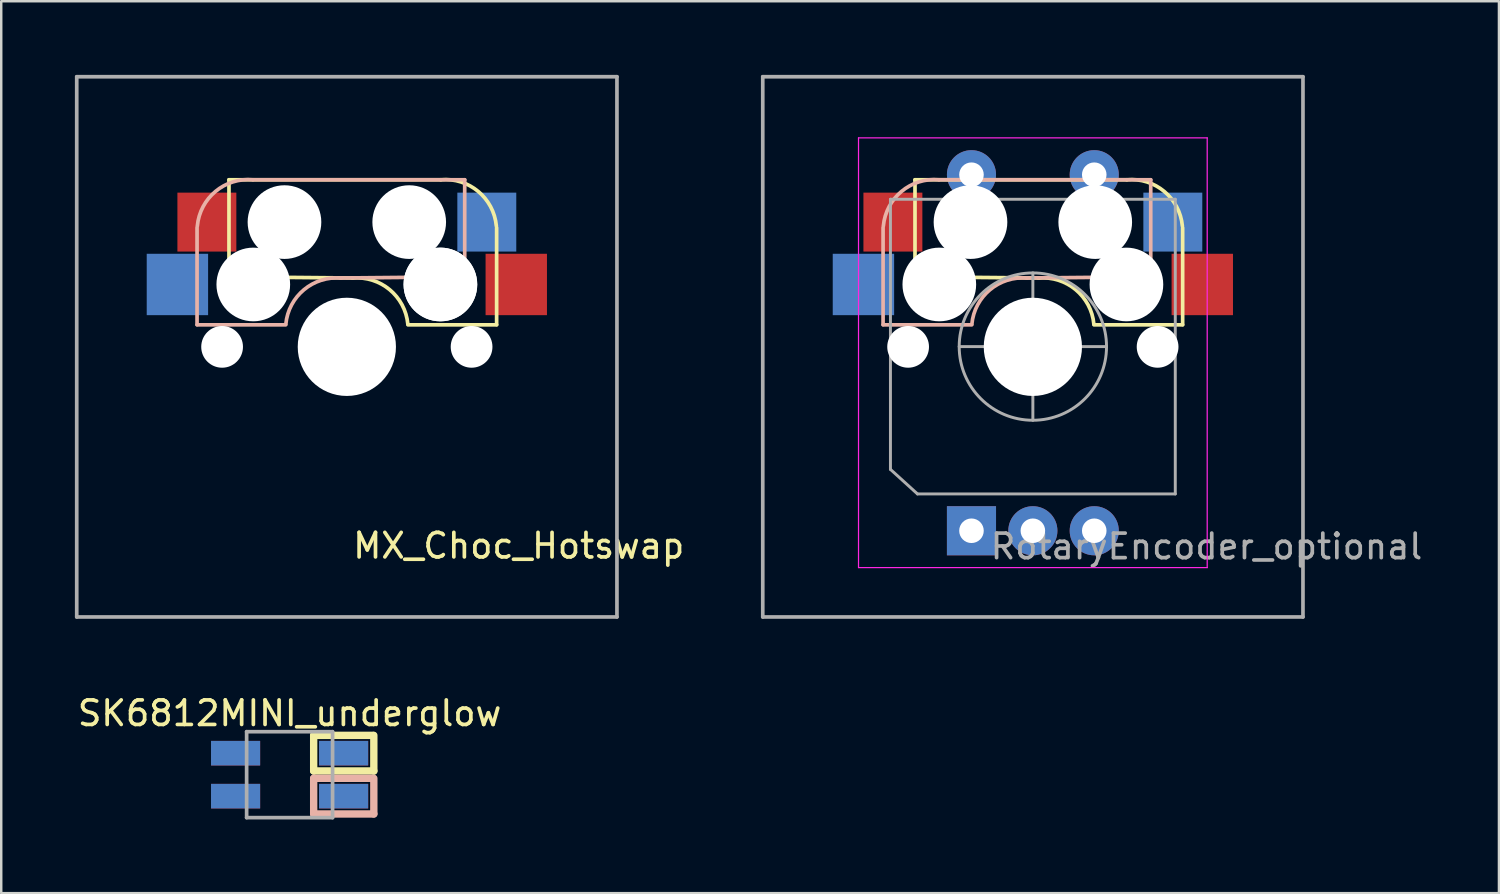
<source format=kicad_pcb>
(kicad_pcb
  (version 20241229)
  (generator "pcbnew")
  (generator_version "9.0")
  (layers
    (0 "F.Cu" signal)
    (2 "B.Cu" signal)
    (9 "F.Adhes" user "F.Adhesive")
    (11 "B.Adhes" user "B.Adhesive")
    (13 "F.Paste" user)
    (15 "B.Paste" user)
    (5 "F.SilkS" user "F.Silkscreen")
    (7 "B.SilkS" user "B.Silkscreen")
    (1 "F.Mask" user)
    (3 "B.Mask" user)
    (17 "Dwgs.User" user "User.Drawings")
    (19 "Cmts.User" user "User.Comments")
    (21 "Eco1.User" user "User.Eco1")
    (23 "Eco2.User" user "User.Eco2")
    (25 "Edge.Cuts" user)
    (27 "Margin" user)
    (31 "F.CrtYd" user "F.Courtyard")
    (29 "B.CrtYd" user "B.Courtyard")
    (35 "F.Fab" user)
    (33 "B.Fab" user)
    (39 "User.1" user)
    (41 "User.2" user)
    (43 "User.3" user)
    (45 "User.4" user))
  (footprint "RotaryEncoder_optional"
    (layer "F.Cu")
    (at 38.993 11.065)
    (property "Reference" "RotaryEncoder_optional" (at 7.09 8.14 180) (layer "F.Fab") (effects (font (size 1 1) (thickness 0.15))))
    (attr through_hole)
    (fp_line (start -4.78 -6.794) (end 3.845 -6.794) (stroke (width 0.15) (type solid)) (layer "F.SilkS"))
    (fp_line (start -4.78 -2.886) (end -4.78 -6.794) (stroke (width 0.15) (type solid)) (layer "F.SilkS"))
    (fp_line (start -4.78 -2.84) (end 0.27 -2.794) (stroke (width 0.15) (type solid)) (layer "F.SilkS"))
    (fp_line (start 6.12 -4.84) (end 6.12 -0.895) (stroke (width 0.15) (type solid)) (layer "F.SilkS"))
    (fp_line (start 6.12 -0.886) (end 2.51 -0.886) (stroke (width 0.15) (type solid)) (layer "F.SilkS"))
    (fp_arc (start 0.245 -2.79) (mid 1.764361 -2.318062) (end 2.505001 -0.910001) (stroke (width 0.15) (type solid)) (layer "F.SilkS"))
    (fp_arc (start 3.845 -6.794) (mid 5.367189 -6.32089) (end 6.109 -4.91) (stroke (width 0.15) (type solid)) (layer "F.SilkS"))
    (fp_line (start -6.08 -4.84) (end -6.08 -0.895) (stroke (width 0.15) (type solid)) (layer "B.SilkS"))
    (fp_line (start -6.08 -0.886) (end -2.47 -0.886) (stroke (width 0.15) (type solid)) (layer "B.SilkS"))
    (fp_line (start 4.82 -6.794) (end -3.805 -6.794) (stroke (width 0.15) (type solid)) (layer "B.SilkS"))
    (fp_line (start 4.82 -2.886) (end 4.82 -6.794) (stroke (width 0.15) (type solid)) (layer "B.SilkS"))
    (fp_line (start 4.82 -2.84) (end -0.23 -2.794) (stroke (width 0.15) (type solid)) (layer "B.SilkS"))
    (fp_arc (start -6.069 -4.91) (mid -5.327189 -6.32089) (end -3.805 -6.794) (stroke (width 0.15) (type solid)) (layer "B.SilkS"))
    (fp_arc (start -2.464999 -0.910001) (mid -1.72436 -2.318062) (end -0.205 -2.79) (stroke (width 0.15) (type solid)) (layer "B.SilkS"))
    (fp_line (start -8.98 -8.99) (end 9.02 -8.99) (stroke (width 0.15) (type solid)) (layer "Eco2.User"))
    (fp_line (start -8.98 9.01) (end -8.98 -8.99) (stroke (width 0.15) (type solid)) (layer "Eco2.User"))
    (fp_line (start -6.98 -6.99) (end 7.02 -6.99) (stroke (width 0.15) (type solid)) (layer "Eco2.User"))
    (fp_line (start -6.98 7.01) (end -6.98 -6.99) (stroke (width 0.15) (type solid)) (layer "Eco2.User"))
    (fp_line (start 7.02 -6.99) (end 7.02 7.01) (stroke (width 0.15) (type solid)) (layer "Eco2.User"))
    (fp_line (start 7.02 7.01) (end -6.98 7.01) (stroke (width 0.15) (type solid)) (layer "Eco2.User"))
    (fp_line (start 9.02 -8.99) (end 9.02 9.01) (stroke (width 0.15) (type solid)) (layer "Eco2.User"))
    (fp_line (start 9.02 9.01) (end -8.98 9.01) (stroke (width 0.15) (type solid)) (layer "Eco2.User"))
    (fp_line (start -7.08 9) (end -7.08 -8.5) (stroke (width 0.05) (type solid)) (layer "F.CrtYd"))
    (fp_line (start -7.08 9) (end 7.12 9) (stroke (width 0.05) (type solid)) (layer "F.CrtYd"))
    (fp_line (start 7.12 -8.5) (end -7.08 -8.5) (stroke (width 0.05) (type solid)) (layer "F.CrtYd"))
    (fp_line (start 7.12 -8.5) (end 7.12 9) (stroke (width 0.05) (type solid)) (layer "F.CrtYd"))
    (fp_line (start -10.98 -10.99) (end -10.98 11.01) (stroke (width 0.15) (type solid)) (layer "F.Fab"))
    (fp_line (start -10.98 11.01) (end 11.02 11.01) (stroke (width 0.15) (type solid)) (layer "F.Fab"))
    (fp_line (start -5.78 -6) (end 5.82 -6) (stroke (width 0.12) (type solid)) (layer "F.Fab"))
    (fp_line (start -5.78 5) (end -5.78 -6) (stroke (width 0.12) (type solid)) (layer "F.Fab"))
    (fp_line (start -4.68 6) (end -5.78 5) (stroke (width 0.12) (type solid)) (layer "F.Fab"))
    (fp_line (start -2.98 0) (end 3.02 0) (stroke (width 0.12) (type solid)) (layer "F.Fab"))
    (fp_line (start 0.02 3) (end 0.02 -3) (stroke (width 0.12) (type solid)) (layer "F.Fab"))
    (fp_line (start 5.82 -6) (end 5.82 6) (stroke (width 0.12) (type solid)) (layer "F.Fab"))
    (fp_line (start 5.82 6) (end -4.68 6) (stroke (width 0.12) (type solid)) (layer "F.Fab"))
    (fp_line (start 11.02 -10.99) (end -10.98 -10.99) (stroke (width 0.15) (type solid)) (layer "F.Fab"))
    (fp_line (start 11.02 11.01) (end 11.02 -10.99) (stroke (width 0.15) (type solid)) (layer "F.Fab"))
    (fp_circle (center 0.02 0) (end 0.02 -3) (stroke (width 0.12) (type solid)) (fill no) (layer "F.Fab"))
    (pad "" np_thru_hole circle (at -5.06 0.01) (size 1.7 1.7) (drill 1.7) (layers "*.Cu" "*.Mask"))
    (pad "" np_thru_hole circle (at -3.79 -2.53 180) (size 3 3) (drill 3) (layers "*.Cu" "*.Mask"))
    (pad "" np_thru_hole circle (at -2.52 -5.07 180) (size 3 3) (drill 3) (layers "*.Cu" "*.Mask"))
    (pad "" np_thru_hole circle (at 0.02 0.01 90) (size 4 4) (drill 4) (layers "*.Cu" "*.Mask"))
    (pad "" np_thru_hole circle (at 2.56 -5.07 180) (size 3 3) (drill 3) (layers "*.Cu" "*.Mask"))
    (pad "" np_thru_hole circle (at 3.83 -2.53 180) (size 3 3) (drill 3) (layers "*.Cu" "*.Mask"))
    (pad "" np_thru_hole circle (at 5.1 0.01) (size 1.7 1.7) (drill 1.7) (layers "*.Cu" "*.Mask"))
    (pad "1" smd rect (at -6.88 -2.53 180) (size 2.5 2.5) (layers "B.Cu" "B.Mask" "B.Paste"))
    (pad "1" smd rect (at -5.68 -5.07 180) (size 2.4 2.4) (layers "F.Cu" "F.Mask" "F.Paste"))
    (pad "2" smd rect (at 5.72 -5.07 180) (size 2.4 2.4) (layers "B.Cu" "B.Mask" "B.Paste"))
    (pad "2" smd rect (at 6.92 -2.53 180) (size 2.5 2.5) (layers "F.Cu" "F.Mask" "F.Paste"))
    (pad "A" thru_hole rect (at -2.48 7.5 90) (size 2 2) (drill 1) (layers "*.Cu" "*.Mask"))
    (pad "B" thru_hole circle (at 2.52 7.5 90) (size 2 2) (drill 1) (layers "*.Cu" "*.Mask"))
    (pad "C" thru_hole circle (at 0.02 7.5 90) (size 2 2) (drill 1) (layers "*.Cu" "*.Mask"))
    (pad "S1" thru_hole circle (at 2.52 -7 90) (size 2 2) (drill 1) (layers "*.Cu" "*.Mask"))
    (pad "S2" thru_hole circle (at -2.48 -7 90) (size 2 2) (drill 1) (layers "*.Cu" "*.Mask")))
  (footprint "MX_Choc_Hotswap"
    (layer "F.Cu")
    (at 11.075 11.075)
    (property "Reference" "MX_Choc_Hotswap" (at 7 8.1 0) (layer "F.SilkS") (effects (font (size 1 1) (thickness 0.15))))
    (attr through_hole)
    (fp_line (start -4.8 -6.804) (end 3.825 -6.804) (stroke (width 0.15) (type solid)) (layer "F.SilkS"))
    (fp_line (start -4.8 -2.896) (end -4.8 -6.804) (stroke (width 0.15) (type solid)) (layer "F.SilkS"))
    (fp_line (start -4.8 -2.85) (end 0.25 -2.804) (stroke (width 0.15) (type solid)) (layer "F.SilkS"))
    (fp_line (start 6.1 -4.85) (end 6.1 -0.905) (stroke (width 0.15) (type solid)) (layer "F.SilkS"))
    (fp_line (start 6.1 -0.896) (end 2.49 -0.896) (stroke (width 0.15) (type solid)) (layer "F.SilkS"))
    (fp_arc (start 0.225 -2.8) (mid 1.744361 -2.328062) (end 2.485001 -0.920001) (stroke (width 0.15) (type solid)) (layer "F.SilkS"))
    (fp_arc (start 3.825 -6.804) (mid 5.347189 -6.33089) (end 6.089 -4.92) (stroke (width 0.15) (type solid)) (layer "F.SilkS"))
    (fp_line (start -6.1 -4.85) (end -6.1 -0.905) (stroke (width 0.15) (type solid)) (layer "B.SilkS"))
    (fp_line (start -6.1 -0.896) (end -2.49 -0.896) (stroke (width 0.15) (type solid)) (layer "B.SilkS"))
    (fp_line (start 4.8 -6.804) (end -3.825 -6.804) (stroke (width 0.15) (type solid)) (layer "B.SilkS"))
    (fp_line (start 4.8 -2.896) (end 4.8 -6.804) (stroke (width 0.15) (type solid)) (layer "B.SilkS"))
    (fp_line (start 4.8 -2.85) (end -0.25 -2.804) (stroke (width 0.15) (type solid)) (layer "B.SilkS"))
    (fp_arc (start -6.089 -4.92) (mid -5.347189 -6.33089) (end -3.825 -6.804) (stroke (width 0.15) (type solid)) (layer "B.SilkS"))
    (fp_arc (start -2.484999 -0.920001) (mid -1.74436 -2.328062) (end -0.225 -2.8) (stroke (width 0.15) (type solid)) (layer "B.SilkS"))
    (fp_line (start -9 -9) (end 9 -9) (stroke (width 0.15) (type solid)) (layer "Eco2.User"))
    (fp_line (start -9 9) (end -9 -9) (stroke (width 0.15) (type solid)) (layer "Eco2.User"))
    (fp_line (start -7 -7) (end 7 -7) (stroke (width 0.15) (type solid)) (layer "Eco2.User"))
    (fp_line (start -7 7) (end -7 -7) (stroke (width 0.15) (type solid)) (layer "Eco2.User"))
    (fp_line (start 7 -7) (end 7 7) (stroke (width 0.15) (type solid)) (layer "Eco2.User"))
    (fp_line (start 7 7) (end -7 7) (stroke (width 0.15) (type solid)) (layer "Eco2.User"))
    (fp_line (start 9 -9) (end 9 9) (stroke (width 0.15) (type solid)) (layer "Eco2.User"))
    (fp_line (start 9 9) (end -9 9) (stroke (width 0.15) (type solid)) (layer "Eco2.User"))
    (fp_line (start -11 -11) (end -11 11) (stroke (width 0.15) (type solid)) (layer "F.Fab"))
    (fp_line (start -11 11) (end 11 11) (stroke (width 0.15) (type solid)) (layer "F.Fab"))
    (fp_line (start 11 -11) (end -11 -11) (stroke (width 0.15) (type solid)) (layer "F.Fab"))
    (fp_line (start 11 11) (end 11 -11) (stroke (width 0.15) (type solid)) (layer "F.Fab"))
    (pad "" np_thru_hole circle (at -5.08 0) (size 1.7 1.7) (drill 1.7) (layers "*.Cu" "*.Mask"))
    (pad "" np_thru_hole circle (at -3.825 -2.58 180) (size 0.1 0.1) (drill 0.1) (layers "*.Cu" "*.Mask"))
    (pad "" np_thru_hole circle (at -3.81 -2.54 180) (size 3 3) (drill 3) (layers "*.Cu" "*.Mask"))
    (pad "" np_thru_hole circle (at -2.54 -5.08 180) (size 3 3) (drill 3) (layers "*.Cu" "*.Mask"))
    (pad "" np_thru_hole circle (at 0 0 90) (size 4 4) (drill 4) (layers "*.Cu" "*.Mask"))
    (pad "" np_thru_hole circle (at 2.54 -5.08 180) (size 3 3) (drill 3) (layers "*.Cu" "*.Mask"))
    (pad "" np_thru_hole circle (at 3.81 -2.54 180) (size 3 3) (drill 3) (layers "*.Cu" "*.Mask"))
    (pad "" np_thru_hole circle (at 3.81 -2.54 180) (size 3 3) (drill 3) (layers "*.Cu" "*.Mask"))
    (pad "" np_thru_hole circle (at 3.825 -2.58 180) (size 0.1 0.1) (drill 0.1) (layers "*.Cu" "*.Mask"))
    (pad "" np_thru_hole circle (at 5.08 0) (size 1.7 1.7) (drill 1.7) (layers "*.Cu" "*.Mask"))
    (pad "1" smd rect (at -6.9 -2.54 180) (size 2.5 2.5) (layers "B.Cu" "B.Mask" "B.Paste"))
    (pad "1" smd rect (at -5.7 -5.08 180) (size 2.4 2.4) (layers "F.Cu" "F.Mask" "F.Paste"))
    (pad "2" smd rect (at 5.7 -5.08 180) (size 2.4 2.4) (layers "B.Cu" "B.Mask" "B.Paste"))
    (pad "2" smd rect (at 6.9 -2.54 180) (size 2.5 2.5) (layers "F.Cu" "F.Mask" "F.Paste")))
  (footprint "SK6812MINI_underglow"
    (layer "F.Cu")
    (at 8.744 28.498)
    (property "Reference" "SK6812MINI_underglow" (at 0 -2.5 0) (layer "F.SilkS") (effects (font (size 1 1) (thickness 0.15))))
    (attr through_hole)
    (fp_line (start 0.98 -1.6) (end 3.4 -1.6) (stroke (width 0.3) (type solid)) (layer "F.SilkS"))
    (fp_line (start 0.98 -0.15) (end 0.98 -1.6) (stroke (width 0.3) (type solid)) (layer "F.SilkS"))
    (fp_line (start 3.43 -1.6) (end 3.43 -0.15) (stroke (width 0.3) (type solid)) (layer "F.SilkS"))
    (fp_line (start 3.43 -0.15) (end 0.98 -0.15) (stroke (width 0.3) (type solid)) (layer "F.SilkS"))
    (fp_line (start 0.98 0.15) (end 3.4 0.15) (stroke (width 0.3) (type solid)) (layer "B.SilkS"))
    (fp_line (start 0.98 1.6) (end 0.98 0.15) (stroke (width 0.3) (type solid)) (layer "B.SilkS"))
    (fp_line (start 3.43 0.15) (end 3.43 1.6) (stroke (width 0.3) (type solid)) (layer "B.SilkS"))
    (fp_line (start 3.43 1.6) (end 0.98 1.6) (stroke (width 0.3) (type solid)) (layer "B.SilkS"))
    (fp_line (start -1.75 -1.75) (end -1.75 1.75) (stroke (width 0.15) (type solid)) (layer "F.Fab"))
    (fp_line (start -1.75 -1.75) (end 1.75 -1.75) (stroke (width 0.15) (type solid)) (layer "F.Fab"))
    (fp_line (start 1.75 -1.75) (end 1.75 1.75) (stroke (width 0.15) (type solid)) (layer "F.Fab"))
    (fp_line (start 1.75 1.75) (end -1.75 1.75) (stroke (width 0.15) (type solid)) (layer "F.Fab"))
    (pad "1" smd rect (at -2.2 -0.875) (size 2 1) (layers "F.Cu" "F.Mask" "F.Paste"))
    (pad "1" smd rect (at -2.2 0.875) (size 2 1) (layers "B.Cu" "B.Mask" "B.Paste"))
    (pad "2" smd rect (at -2.2 -0.875) (size 2 1) (layers "B.Cu" "B.Mask" "B.Paste"))
    (pad "2" smd rect (at -2.2 0.875) (size 2 1) (layers "F.Cu" "F.Mask" "F.Paste"))
    (pad "3" smd rect (at 2.2 -0.875) (size 2 1) (layers "B.Cu" "B.Mask" "B.Paste"))
    (pad "3" smd rect (at 2.2 0.875) (size 2 1) (layers "F.Cu" "F.Mask" "F.Paste"))
    (pad "4" smd rect (at 2.2 -0.875) (size 2 1) (layers "F.Cu" "F.Mask" "F.Paste"))
    (pad "4" smd rect (at 2.2 0.875) (size 2 1) (layers "B.Cu" "B.Mask" "B.Paste")))
  (gr_rect
    (start -3 -3)
    (end 57.994 33.323)
    (stroke (width 0.1) (type default))
    (fill no)
    (layer "Edge.Cuts")))
</source>
